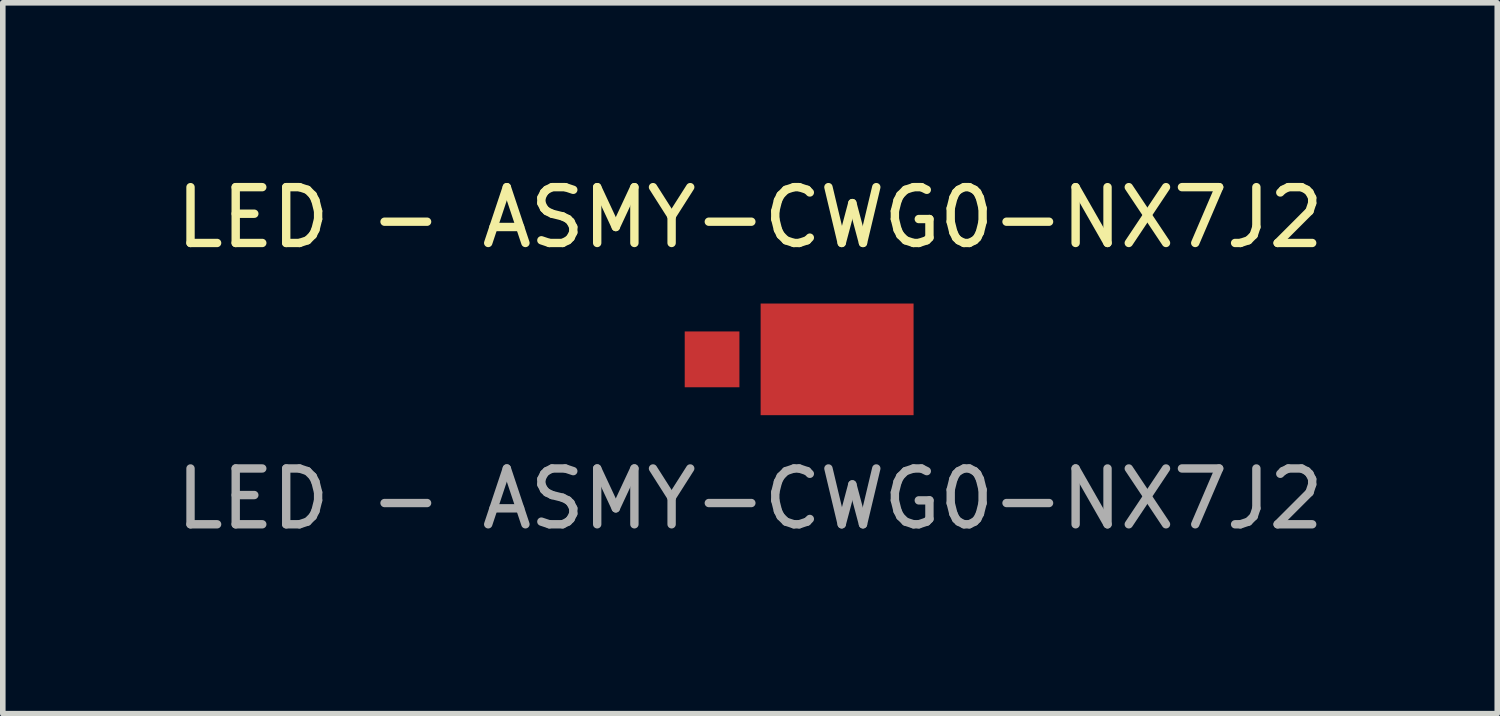
<source format=kicad_pcb>
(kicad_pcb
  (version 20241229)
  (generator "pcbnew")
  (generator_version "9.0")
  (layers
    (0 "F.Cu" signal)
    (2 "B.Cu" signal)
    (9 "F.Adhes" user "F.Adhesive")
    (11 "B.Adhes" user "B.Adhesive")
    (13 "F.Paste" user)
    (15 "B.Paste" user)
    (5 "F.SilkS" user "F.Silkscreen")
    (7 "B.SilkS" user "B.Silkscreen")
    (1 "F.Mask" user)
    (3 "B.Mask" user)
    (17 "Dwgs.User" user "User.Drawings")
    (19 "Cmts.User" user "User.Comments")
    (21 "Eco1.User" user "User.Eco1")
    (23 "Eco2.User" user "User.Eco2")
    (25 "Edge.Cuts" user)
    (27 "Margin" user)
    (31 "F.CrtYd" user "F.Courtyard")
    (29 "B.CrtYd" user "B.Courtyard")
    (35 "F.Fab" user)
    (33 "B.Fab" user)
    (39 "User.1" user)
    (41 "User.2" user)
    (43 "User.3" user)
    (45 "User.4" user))
  (footprint "LED - ASMY-CWG0-NX7J2"
    (layer "F.Cu")
    (at 10.387 3.388)
    (property "Reference" "LED - ASMY-CWG0-NX7J2" (at 0 -2.54 0) (unlocked yes) (layer "F.SilkS") (effects (font (size 1 1) (thickness 0.15))))
    (attr smd)
    (fp_text user "${REFERENCE}" (at 0 2.5 0) (unlocked yes) (layer "F.Fab") (effects (font (size 1 1) (thickness 0.15))))
    (pad "1" smd rect (at -0.68 0) (size 0.98 1) (layers "F.Cu" "F.Mask" "F.Paste"))
    (pad "2" smd rect (at 1.56 0) (size 2.74 2) (layers "F.Cu" "F.Mask" "F.Paste")))
  (gr_rect
    (start -3 -3)
    (end 23.774 9.736)
    (stroke (width 0.1) (type default))
    (fill no)
    (layer "Edge.Cuts")))
</source>
